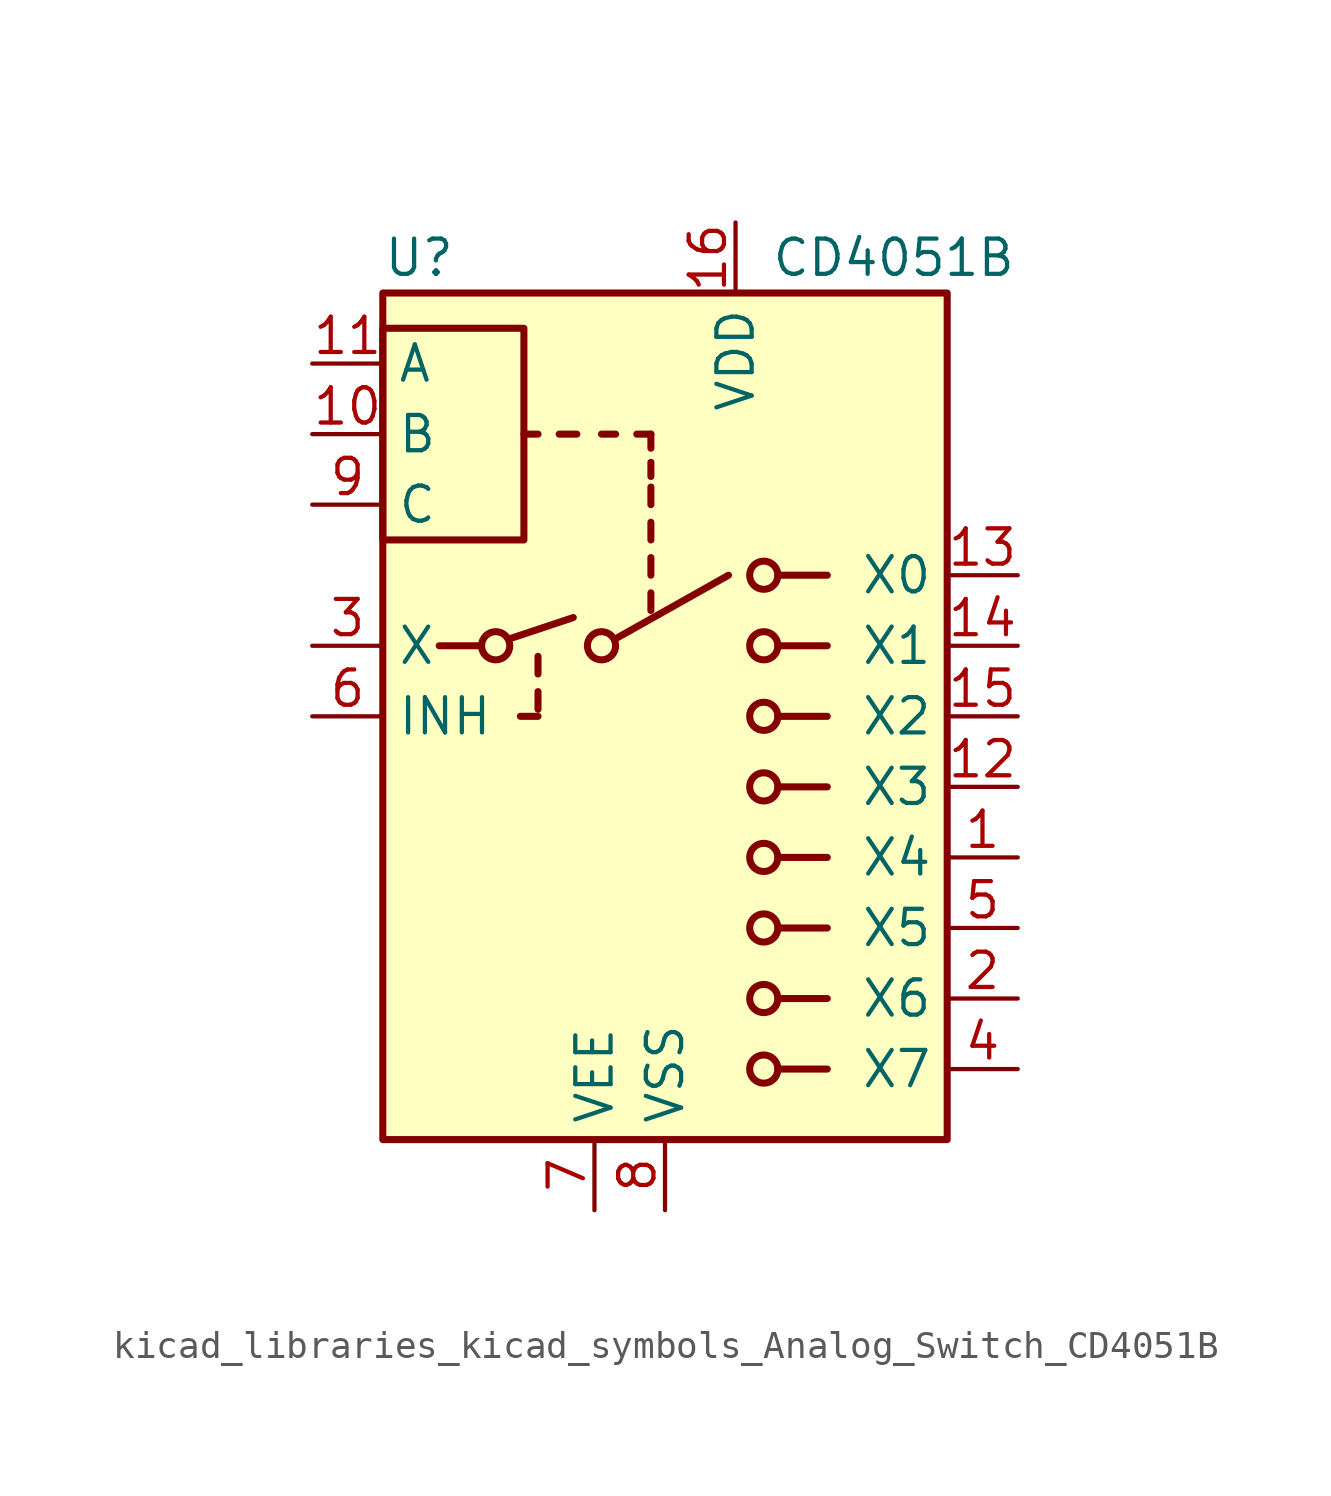
<source format=kicad_sym>
(kicad_symbol_lib
  (version 20220914)
  (generator kicad_symbol_editor)
  (symbol "kicad_libraries_kicad_symbols_Analog_Switch_CD4051B"
    (property "Reference" "U"
      (at -10.16 16.51 0)
      (effects (font (size 1.27 1.27)) (justify left)))
    (property "Value" "CD4051B"
      (at 3.81 16.51 0)
      (effects (font (size 1.27 1.27)) (justify left)))
    (symbol "kicad_libraries_kicad_symbols_Analog_Switch_CD4051B_0_1"
      (rectangle (start -10.16 6.35) (end -5.08 13.97) (stroke (width 0.254) (type default)) (fill (type none)))
      (rectangle (start -10.16 15.24) (end 10.16 -15.24) (stroke (width 0.254) (type default)) (fill (type background)))
      (circle (center -6.096 2.54) (radius 0.508) (stroke (width 0.254) (type default)) (fill (type none)))
      (circle (center -2.286 2.54) (radius 0.508) (stroke (width 0.254) (type default)) (fill (type none)))
      (polyline (pts (xy -8.128 2.54) (xy -6.604 2.54)) (stroke (width 0.254) (type default)) (fill (type none)))
      (polyline (pts (xy -5.588 2.794) (xy -3.302 3.556)) (stroke (width 0.254) (type default)) (fill (type none)))
      (polyline (pts (xy -4.572 0) (xy -5.207 0)) (stroke (width 0.254) (type default)) (fill (type none)))
      (polyline (pts (xy -4.572 0.254) (xy -4.572 0.889)) (stroke (width 0.254) (type default)) (fill (type none)))
      (polyline (pts (xy -4.572 1.524) (xy -4.572 2.159)) (stroke (width 0.254) (type default)) (fill (type none)))
      (polyline (pts (xy -4.572 10.16) (xy -5.08 10.16)) (stroke (width 0.254) (type default)) (fill (type none)))
      (polyline (pts (xy -3.81 10.16) (xy -3.175 10.16)) (stroke (width 0.254) (type default)) (fill (type none)))
      (polyline (pts (xy -1.778 2.794) (xy 2.286 5.08)) (stroke (width 0.254) (type default)) (fill (type none)))
      (polyline (pts (xy -1.778 10.16) (xy -2.286 10.16)) (stroke (width 0.254) (type default)) (fill (type none)))
      (polyline (pts (xy -0.508 3.81) (xy -0.508 4.445)) (stroke (width 0.254) (type default)) (fill (type none)))
      (polyline (pts (xy -0.508 5.08) (xy -0.508 5.715)) (stroke (width 0.254) (type default)) (fill (type none)))
      (polyline (pts (xy -0.508 6.35) (xy -0.508 6.985)) (stroke (width 0.254) (type default)) (fill (type none)))
      (polyline (pts (xy -0.508 7.62) (xy -0.508 8.255)) (stroke (width 0.254) (type default)) (fill (type none)))
      (polyline (pts (xy -0.508 8.636) (xy -0.508 9.144)) (stroke (width 0.254) (type default)) (fill (type none)))
      (polyline (pts (xy -0.508 9.652) (xy -0.508 10.16)) (stroke (width 0.254) (type default)) (fill (type none)))
      (polyline (pts (xy -0.508 10.16) (xy -1.016 10.16)) (stroke (width 0.254) (type default)) (fill (type none)))
      (polyline (pts (xy 4.064 -12.7) (xy 5.842 -12.7)) (stroke (width 0.254) (type default)) (fill (type none)))
      (polyline (pts (xy 4.064 -10.16) (xy 5.842 -10.16)) (stroke (width 0.254) (type default)) (fill (type none)))
      (polyline (pts (xy 4.064 -7.62) (xy 5.842 -7.62)) (stroke (width 0.254) (type default)) (fill (type none)))
      (polyline (pts (xy 4.064 -5.08) (xy 5.842 -5.08)) (stroke (width 0.254) (type default)) (fill (type none)))
      (polyline (pts (xy 4.064 -2.54) (xy 5.842 -2.54)) (stroke (width 0.254) (type default)) (fill (type none)))
      (polyline (pts (xy 4.064 0) (xy 5.842 0)) (stroke (width 0.254) (type default)) (fill (type none)))
      (polyline (pts (xy 4.064 2.54) (xy 5.842 2.54)) (stroke (width 0.254) (type default)) (fill (type none)))
      (polyline (pts (xy 4.064 5.08) (xy 5.842 5.08)) (stroke (width 0.254) (type default)) (fill (type none)))
      (circle (center 3.556 -12.7) (radius 0.508) (stroke (width 0.254) (type default)) (fill (type none)))
      (circle (center 3.556 -10.16) (radius 0.508) (stroke (width 0.254) (type default)) (fill (type none)))
      (circle (center 3.556 -7.62) (radius 0.508) (stroke (width 0.254) (type default)) (fill (type none)))
      (circle (center 3.556 -5.08) (radius 0.508) (stroke (width 0.254) (type default)) (fill (type none)))
      (circle (center 3.556 -2.54) (radius 0.508) (stroke (width 0.254) (type default)) (fill (type none)))
      (circle (center 3.556 0) (radius 0.508) (stroke (width 0.254) (type default)) (fill (type none)))
      (circle (center 3.556 2.54) (radius 0.508) (stroke (width 0.254) (type default)) (fill (type none)))
      (circle (center 3.556 5.08) (radius 0.508) (stroke (width 0.254) (type default)) (fill (type none))))
    (symbol "kicad_libraries_kicad_symbols_Analog_Switch_CD4051B_1_1"
      (pin bidirectional line (at 12.7 -5.08 180) (length 2.54) (name "X4" (effects (font (size 1.27 1.27)))) (number "1" (effects (font (size 1.27 1.27)))))
      (pin input line (at -12.7 10.16 0) (length 2.54) (name "B" (effects (font (size 1.27 1.27)))) (number "10" (effects (font (size 1.27 1.27)))))
      (pin input line (at -12.7 12.7 0) (length 2.54) (name "A" (effects (font (size 1.27 1.27)))) (number "11" (effects (font (size 1.27 1.27)))))
      (pin bidirectional line (at 12.7 -2.54 180) (length 2.54) (name "X3" (effects (font (size 1.27 1.27)))) (number "12" (effects (font (size 1.27 1.27)))))
      (pin bidirectional line (at 12.7 5.08 180) (length 2.54) (name "X0" (effects (font (size 1.27 1.27)))) (number "13" (effects (font (size 1.27 1.27)))))
      (pin bidirectional line (at 12.7 2.54 180) (length 2.54) (name "X1" (effects (font (size 1.27 1.27)))) (number "14" (effects (font (size 1.27 1.27)))))
      (pin bidirectional line (at 12.7 0 180) (length 2.54) (name "X2" (effects (font (size 1.27 1.27)))) (number "15" (effects (font (size 1.27 1.27)))))
      (pin power_in line (at 2.54 17.78 270) (length 2.54) (name "VDD" (effects (font (size 1.27 1.27)))) (number "16" (effects (font (size 1.27 1.27)))))
      (pin bidirectional line (at 12.7 -10.16 180) (length 2.54) (name "X6" (effects (font (size 1.27 1.27)))) (number "2" (effects (font (size 1.27 1.27)))))
      (pin bidirectional line (at -12.7 2.54 0) (length 2.54) (name "X" (effects (font (size 1.27 1.27)))) (number "3" (effects (font (size 1.27 1.27)))))
      (pin bidirectional line (at 12.7 -12.7 180) (length 2.54) (name "X7" (effects (font (size 1.27 1.27)))) (number "4" (effects (font (size 1.27 1.27)))))
      (pin bidirectional line (at 12.7 -7.62 180) (length 2.54) (name "X5" (effects (font (size 1.27 1.27)))) (number "5" (effects (font (size 1.27 1.27)))))
      (pin input line (at -12.7 0 0) (length 2.54) (name "INH" (effects (font (size 1.27 1.27)))) (number "6" (effects (font (size 1.27 1.27)))))
      (pin power_in line (at -2.54 -17.78 90) (length 2.54) (name "VEE" (effects (font (size 1.27 1.27)))) (number "7" (effects (font (size 1.27 1.27)))))
      (pin power_in line (at 0 -17.78 90) (length 2.54) (name "VSS" (effects (font (size 1.27 1.27)))) (number "8" (effects (font (size 1.27 1.27)))))
      (pin input line (at -12.7 7.62 0) (length 2.54) (name "C" (effects (font (size 1.27 1.27)))) (number "9" (effects (font (size 1.27 1.27))))))))
</source>
